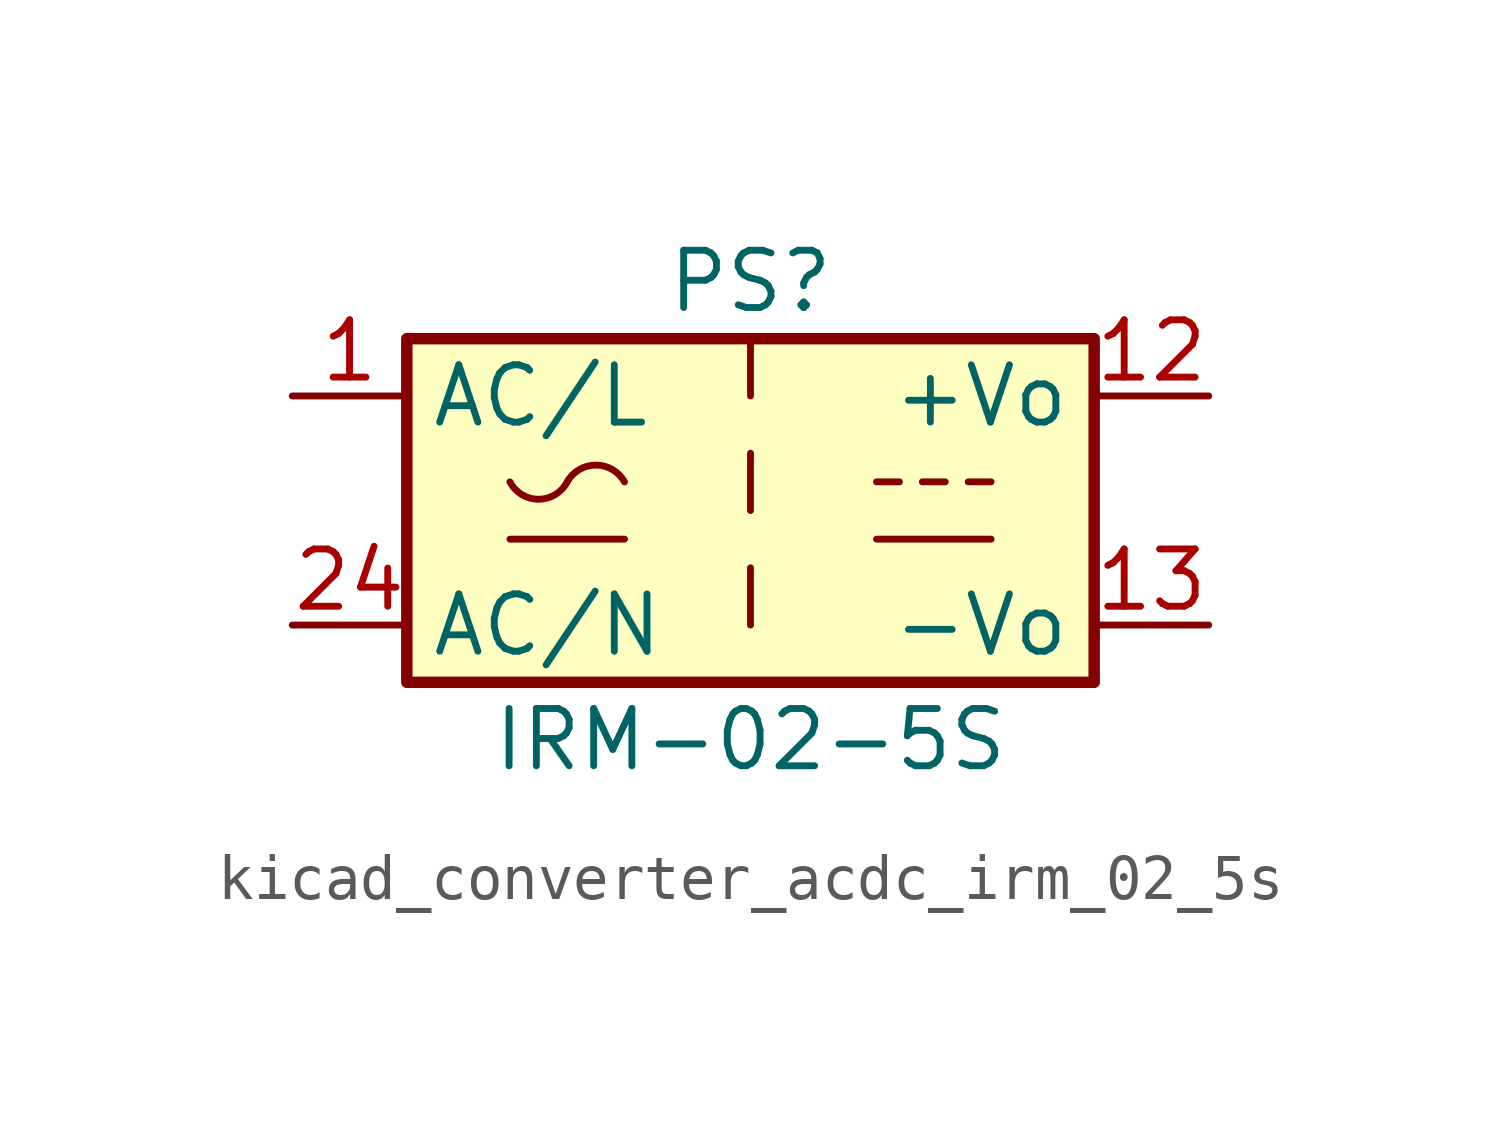
<source format=kicad_sym>
(kicad_symbol_lib
  (version 20220914)
  (generator kicad_symbol_editor)
  (symbol "kicad_converter_acdc_irm_02_5s"
    (property "Reference" "PS"
      (at 0 5.08 0)
      (effects (font (size 1.27 1.27))))
    (property "Value" "IRM-02-5S"
      (at 0 -5.08 0)
      (effects (font (size 1.27 1.27))))
    (symbol "kicad_converter_acdc_irm_02_5s_1_1"
      (rectangle (start -7.62 3.81) (end 7.62 -3.81) (stroke (width 0.254) (type default)) (fill (type background)))
      (arc (start -5.334 0.635) (mid -4.699 0.2495) (end -4.064 0.635) (stroke (width 0) (type default)) (fill (type none)))
      (arc (start -2.794 0.635) (mid -3.429 1.0072) (end -4.064 0.635) (stroke (width 0) (type default)) (fill (type none)))
      (polyline (pts (xy -5.334 -0.635) (xy -2.794 -0.635)) (stroke (width 0) (type default)) (fill (type none)))
      (polyline (pts (xy 0 -1.27) (xy 0 -2.54)) (stroke (width 0) (type default)) (fill (type none)))
      (polyline (pts (xy 0 1.27) (xy 0 0)) (stroke (width 0) (type default)) (fill (type none)))
      (polyline (pts (xy 0 3.81) (xy 0 2.54)) (stroke (width 0) (type default)) (fill (type none)))
      (polyline (pts (xy 2.794 -0.635) (xy 5.334 -0.635)) (stroke (width 0) (type default)) (fill (type none)))
      (polyline (pts (xy 2.794 0.635) (xy 3.302 0.635)) (stroke (width 0) (type default)) (fill (type none)))
      (polyline (pts (xy 3.81 0.635) (xy 4.318 0.635)) (stroke (width 0) (type default)) (fill (type none)))
      (polyline (pts (xy 4.826 0.635) (xy 5.334 0.635)) (stroke (width 0) (type default)) (fill (type none)))
      (pin power_in line (at -10.16 2.54 0) (length 2.54) (name "AC/L" (effects (font (size 1.27 1.27)))) (number "1" (effects (font (size 1.27 1.27)))))
      (pin power_out line (at 10.16 2.54 180) (length 2.54) (name "+Vo" (effects (font (size 1.27 1.27)))) (number "12" (effects (font (size 1.27 1.27)))))
      (pin power_out line (at 10.16 -2.54 180) (length 2.54) (name "-Vo" (effects (font (size 1.27 1.27)))) (number "13" (effects (font (size 1.27 1.27)))))
      (pin power_in line (at -10.16 -2.54 0) (length 2.54) (name "AC/N" (effects (font (size 1.27 1.27)))) (number "24" (effects (font (size 1.27 1.27))))))))
</source>
